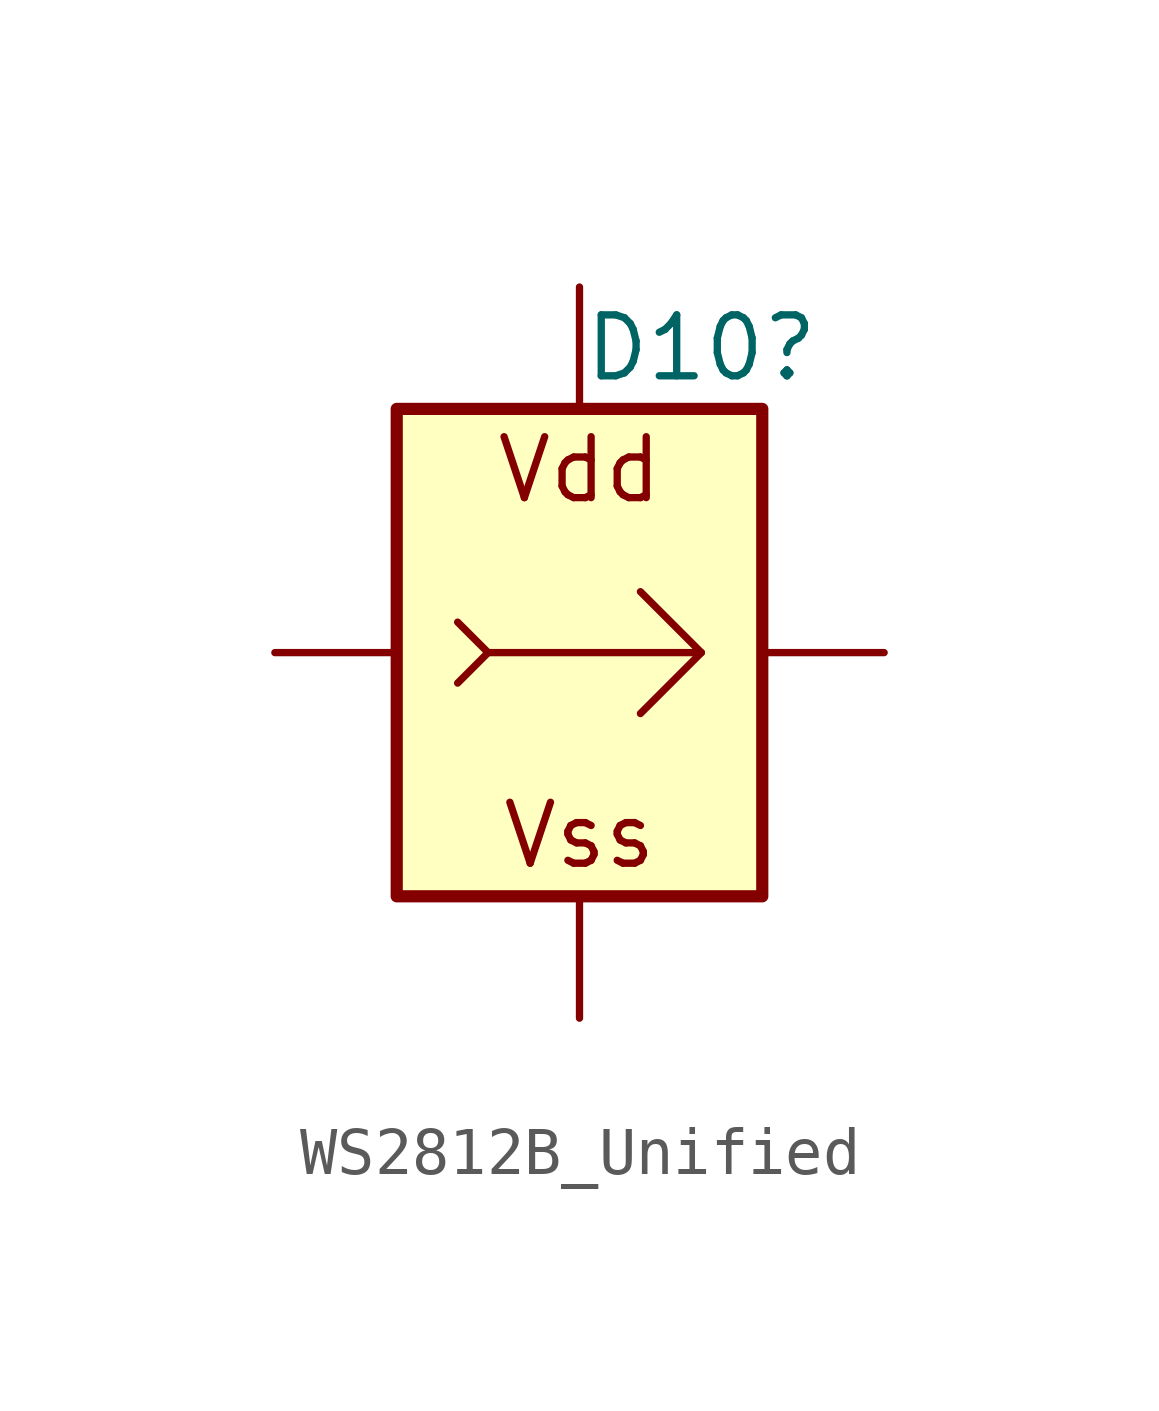
<source format=kicad_sym>
(kicad_symbol_lib
  (version 20211014)
  (generator kicad_symbol_editor)
  (symbol "WS2812B_Unified"
    (pin_numbers hide)
    (pin_names
      (offset 0.254) hide)
    (property "Reference" "D10"
      (at 2.54 6.35 0)
      (effects (font (size 1.27 1.27))))
    (symbol "WS2812B_Unified_0_0"
      (polyline (pts (xy -1.905 0) (xy 2.54 0) (xy 1.27 1.27)) (stroke (width 0) (type default) (color 0 0 0 0)) (fill (type none)))
      (text "Vdd" (at 0 3.81 0) (effects (font (size 1.27 1.27))))
      (text "Vss" (at 0 -3.81 0) (effects (font (size 1.27 1.27)))))
    (symbol "WS2812B_Unified_0_1"
      (rectangle (start -3.81 5.08) (end 3.81 -5.08) (stroke (width 0.254) (type default) (color 0 0 0 0)) (fill (type background)))
      (polyline (pts (xy 1.27 -1.27) (xy 2.54 0)) (stroke (width 0) (type default) (color 0 0 0 0)) (fill (type none)))
      (polyline (pts (xy -2.54 0.635) (xy -1.905 0) (xy -2.54 -0.635)) (stroke (width 0) (type default) (color 0 0 0 0)) (fill (type none))))
    (symbol "WS2812B_Unified_1_1"
      (pin power_in line (at 0 -7.62 90) (length 2.54) (name "VSS" (effects (font (size 1.27 1.27)))) (number "G" (effects (font (size 1.27 1.27)))))
      (pin input line (at -6.35 0 0) (length 2.54) (name "In" (effects (font (size 1.27 1.27)))) (number "I" (effects (font (size 1.27 1.27)))))
      (pin output line (at 6.35 0 180) (length 2.54) (name "Out" (effects (font (size 1.27 1.27)))) (number "O" (effects (font (size 1.27 1.27)))))
      (pin power_in line (at 0 7.62 270) (length 2.54) (name "VDD" (effects (font (size 1.27 1.27)))) (number "V" (effects (font (size 1.27 1.27))))))))
</source>
